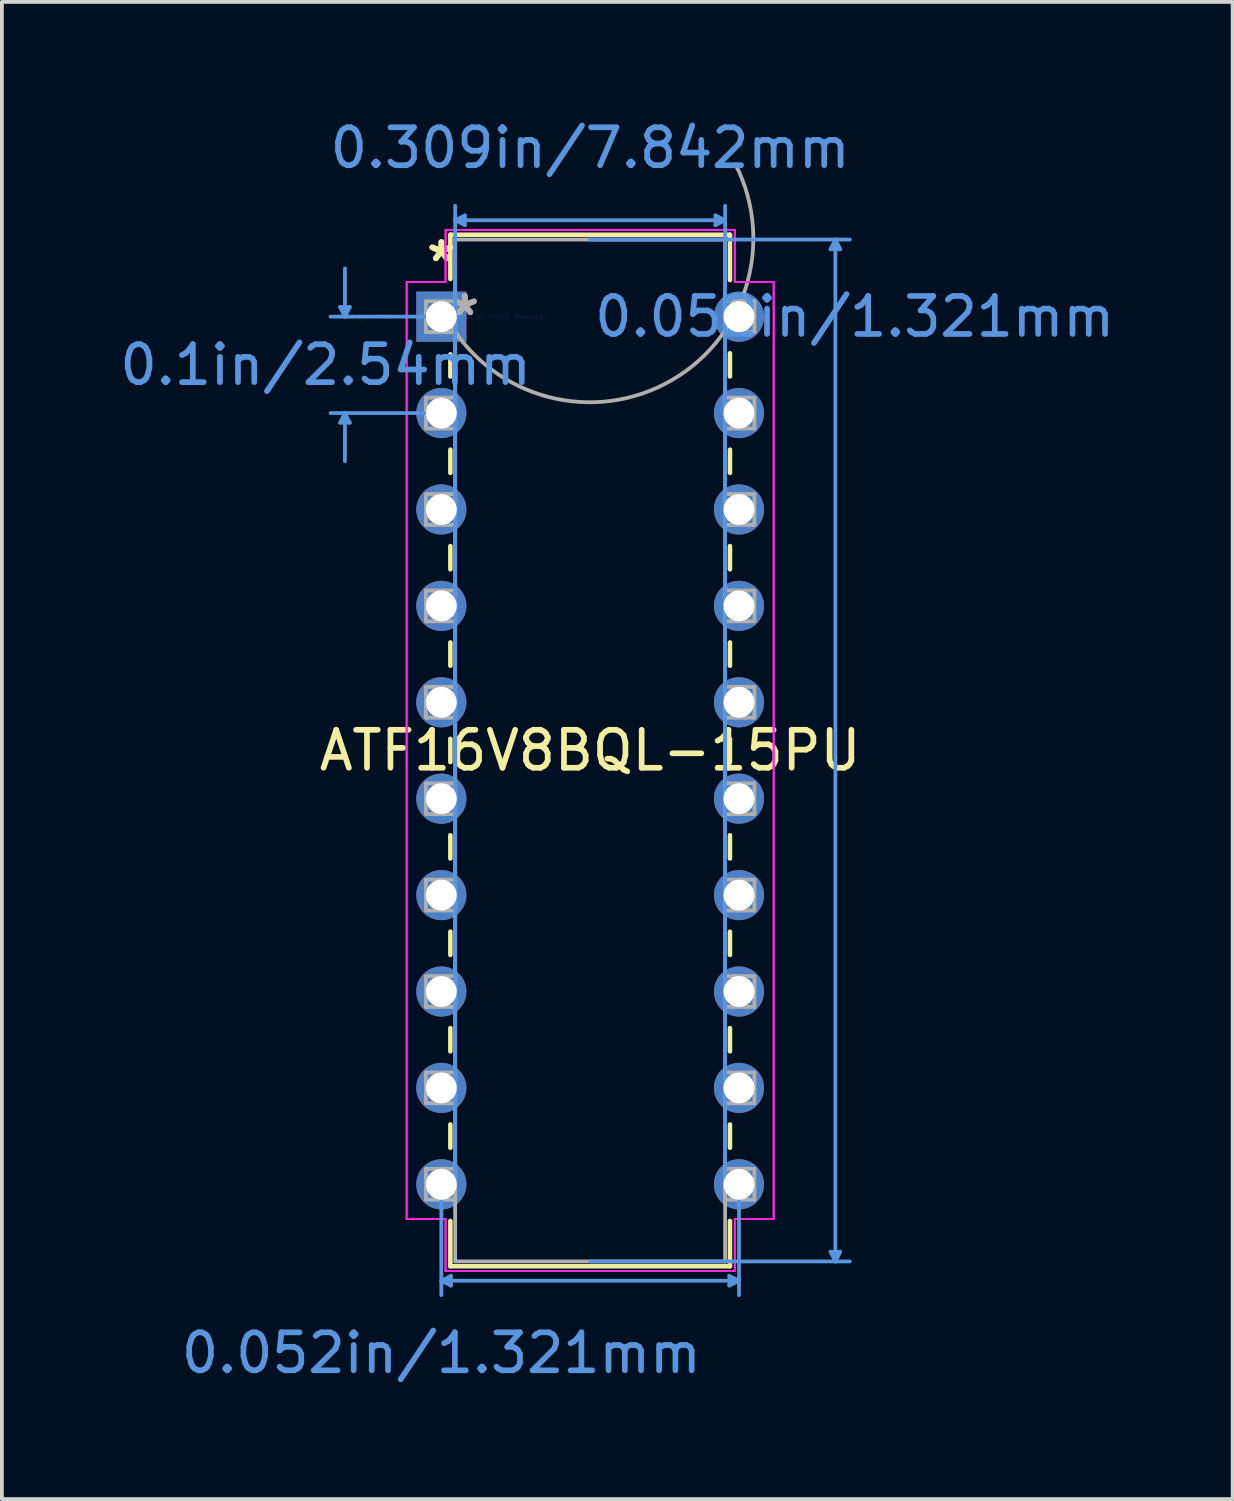
<source format=kicad_pcb>
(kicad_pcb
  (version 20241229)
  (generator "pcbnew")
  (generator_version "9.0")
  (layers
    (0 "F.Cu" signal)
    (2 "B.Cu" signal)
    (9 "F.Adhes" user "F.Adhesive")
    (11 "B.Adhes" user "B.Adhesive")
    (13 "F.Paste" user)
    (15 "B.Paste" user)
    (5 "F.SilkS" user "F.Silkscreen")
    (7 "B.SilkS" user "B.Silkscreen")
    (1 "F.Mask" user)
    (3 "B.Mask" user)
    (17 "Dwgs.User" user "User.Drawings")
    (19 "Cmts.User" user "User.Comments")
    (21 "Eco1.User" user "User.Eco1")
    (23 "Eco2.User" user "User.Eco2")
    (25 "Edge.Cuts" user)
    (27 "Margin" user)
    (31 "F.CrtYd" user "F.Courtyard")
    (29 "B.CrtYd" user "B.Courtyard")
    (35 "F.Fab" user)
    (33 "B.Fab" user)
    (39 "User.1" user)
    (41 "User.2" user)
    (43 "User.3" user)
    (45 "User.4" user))
  (footprint "ATF16V8BQL-15PU"
    (layer "F.Cu")
    (at 8.578 5.293)
    (property "Reference" "ATF16V8BQL-15PU" (at 3.921 11.43 0) (layer "F.SilkS") (effects (font (size 1 1) (thickness 0.15))))
    (attr through_hole)
    (fp_line (start 0.238 -2.159) (end 0.238 -0.993) (stroke (width 0.12) (type solid)) (layer "F.SilkS"))
    (fp_line (start 0.238 0.993) (end 0.238 1.576) (stroke (width 0.12) (type solid)) (layer "F.SilkS"))
    (fp_line (start 0.238 3.504) (end 0.238 4.116) (stroke (width 0.12) (type solid)) (layer "F.SilkS"))
    (fp_line (start 0.238 6.044) (end 0.238 6.656) (stroke (width 0.12) (type solid)) (layer "F.SilkS"))
    (fp_line (start 0.238 8.584) (end 0.238 9.196) (stroke (width 0.12) (type solid)) (layer "F.SilkS"))
    (fp_line (start 0.238 11.124) (end 0.238 11.736) (stroke (width 0.12) (type solid)) (layer "F.SilkS"))
    (fp_line (start 0.238 13.664) (end 0.238 14.276) (stroke (width 0.12) (type solid)) (layer "F.SilkS"))
    (fp_line (start 0.238 16.204) (end 0.238 16.816) (stroke (width 0.12) (type solid)) (layer "F.SilkS"))
    (fp_line (start 0.238 18.744) (end 0.238 19.356) (stroke (width 0.12) (type solid)) (layer "F.SilkS"))
    (fp_line (start 0.238 21.284) (end 0.238 21.896) (stroke (width 0.12) (type solid)) (layer "F.SilkS"))
    (fp_line (start 0.238 23.824) (end 0.238 25.019) (stroke (width 0.12) (type solid)) (layer "F.SilkS"))
    (fp_line (start 0.238 25.019) (end 7.604 25.019) (stroke (width 0.12) (type solid)) (layer "F.SilkS"))
    (fp_line (start 7.604 -2.159) (end 0.238 -2.159) (stroke (width 0.12) (type solid)) (layer "F.SilkS"))
    (fp_line (start 7.604 -0.964) (end 7.604 -2.159) (stroke (width 0.12) (type solid)) (layer "F.SilkS"))
    (fp_line (start 7.604 1.576) (end 7.604 0.964) (stroke (width 0.12) (type solid)) (layer "F.SilkS"))
    (fp_line (start 7.604 4.116) (end 7.604 3.504) (stroke (width 0.12) (type solid)) (layer "F.SilkS"))
    (fp_line (start 7.604 6.656) (end 7.604 6.044) (stroke (width 0.12) (type solid)) (layer "F.SilkS"))
    (fp_line (start 7.604 9.196) (end 7.604 8.584) (stroke (width 0.12) (type solid)) (layer "F.SilkS"))
    (fp_line (start 7.604 11.736) (end 7.604 11.124) (stroke (width 0.12) (type solid)) (layer "F.SilkS"))
    (fp_line (start 7.604 14.276) (end 7.604 13.664) (stroke (width 0.12) (type solid)) (layer "F.SilkS"))
    (fp_line (start 7.604 16.816) (end 7.604 16.204) (stroke (width 0.12) (type solid)) (layer "F.SilkS"))
    (fp_line (start 7.604 19.356) (end 7.604 18.744) (stroke (width 0.12) (type solid)) (layer "F.SilkS"))
    (fp_line (start 7.604 21.896) (end 7.604 21.284) (stroke (width 0.12) (type solid)) (layer "F.SilkS"))
    (fp_line (start 7.604 25.019) (end 7.604 23.824) (stroke (width 0.12) (type solid)) (layer "F.SilkS"))
    (fp_line (start -2.667 -0.254) (end -2.413 -0.254) (stroke (width 0.1) (type solid)) (layer "Cmts.User"))
    (fp_line (start -2.667 2.794) (end -2.413 2.794) (stroke (width 0.1) (type solid)) (layer "Cmts.User"))
    (fp_line (start -2.54 0) (end -2.667 -0.254) (stroke (width 0.1) (type solid)) (layer "Cmts.User"))
    (fp_line (start -2.54 0) (end -2.54 -1.27) (stroke (width 0.1) (type solid)) (layer "Cmts.User"))
    (fp_line (start -2.54 0) (end -2.413 -0.254) (stroke (width 0.1) (type solid)) (layer "Cmts.User"))
    (fp_line (start -2.54 2.54) (end -2.667 2.794) (stroke (width 0.1) (type solid)) (layer "Cmts.User"))
    (fp_line (start -2.54 2.54) (end -2.54 3.81) (stroke (width 0.1) (type solid)) (layer "Cmts.User"))
    (fp_line (start -2.54 2.54) (end -2.413 2.794) (stroke (width 0.1) (type solid)) (layer "Cmts.User"))
    (fp_line (start 0 0) (end -2.921 0) (stroke (width 0.1) (type solid)) (layer "Cmts.User"))
    (fp_line (start 0 2.54) (end -2.921 2.54) (stroke (width 0.1) (type solid)) (layer "Cmts.User"))
    (fp_line (start 0 22.86) (end 0 25.781) (stroke (width 0.1) (type solid)) (layer "Cmts.User"))
    (fp_line (start 0 25.4) (end 0.254 25.273) (stroke (width 0.1) (type solid)) (layer "Cmts.User"))
    (fp_line (start 0 25.4) (end 0.254 25.527) (stroke (width 0.1) (type solid)) (layer "Cmts.User"))
    (fp_line (start 0 25.4) (end 7.842 25.4) (stroke (width 0.1) (type solid)) (layer "Cmts.User"))
    (fp_line (start 0.254 25.273) (end 0.254 25.527) (stroke (width 0.1) (type solid)) (layer "Cmts.User"))
    (fp_line (start 0.365 -2.54) (end 0.619 -2.667) (stroke (width 0.1) (type solid)) (layer "Cmts.User"))
    (fp_line (start 0.365 -2.54) (end 0.619 -2.413) (stroke (width 0.1) (type solid)) (layer "Cmts.User"))
    (fp_line (start 0.365 -2.54) (end 7.477 -2.54) (stroke (width 0.1) (type solid)) (layer "Cmts.User"))
    (fp_line (start 0.365 22.86) (end 0.365 -2.921) (stroke (width 0.1) (type solid)) (layer "Cmts.User"))
    (fp_line (start 0.619 -2.667) (end 0.619 -2.413) (stroke (width 0.1) (type solid)) (layer "Cmts.User"))
    (fp_line (start 3.921 -2.032) (end 10.763 -2.032) (stroke (width 0.1) (type solid)) (layer "Cmts.User"))
    (fp_line (start 3.921 24.892) (end 10.763 24.892) (stroke (width 0.1) (type solid)) (layer "Cmts.User"))
    (fp_line (start 7.223 -2.667) (end 7.223 -2.413) (stroke (width 0.1) (type solid)) (layer "Cmts.User"))
    (fp_line (start 7.477 -2.54) (end 7.223 -2.667) (stroke (width 0.1) (type solid)) (layer "Cmts.User"))
    (fp_line (start 7.477 -2.54) (end 7.223 -2.413) (stroke (width 0.1) (type solid)) (layer "Cmts.User"))
    (fp_line (start 7.477 22.86) (end 7.477 -2.921) (stroke (width 0.1) (type solid)) (layer "Cmts.User"))
    (fp_line (start 7.588 25.273) (end 7.588 25.527) (stroke (width 0.1) (type solid)) (layer "Cmts.User"))
    (fp_line (start 7.842 22.86) (end 7.842 25.781) (stroke (width 0.1) (type solid)) (layer "Cmts.User"))
    (fp_line (start 7.842 25.4) (end 7.588 25.273) (stroke (width 0.1) (type solid)) (layer "Cmts.User"))
    (fp_line (start 7.842 25.4) (end 7.588 25.527) (stroke (width 0.1) (type solid)) (layer "Cmts.User"))
    (fp_line (start 10.255 -1.778) (end 10.509 -1.778) (stroke (width 0.1) (type solid)) (layer "Cmts.User"))
    (fp_line (start 10.255 24.638) (end 10.509 24.638) (stroke (width 0.1) (type solid)) (layer "Cmts.User"))
    (fp_line (start 10.382 -2.032) (end 10.255 -1.778) (stroke (width 0.1) (type solid)) (layer "Cmts.User"))
    (fp_line (start 10.382 -2.032) (end 10.382 24.892) (stroke (width 0.1) (type solid)) (layer "Cmts.User"))
    (fp_line (start 10.382 -2.032) (end 10.509 -1.778) (stroke (width 0.1) (type solid)) (layer "Cmts.User"))
    (fp_line (start 10.382 24.892) (end 10.255 24.638) (stroke (width 0.1) (type solid)) (layer "Cmts.User"))
    (fp_line (start 10.382 24.892) (end 10.509 24.638) (stroke (width 0.1) (type solid)) (layer "Cmts.User"))
    (fp_line (start -0.914 -0.914) (end -0.914 23.774) (stroke (width 0.05) (type solid)) (layer "F.CrtYd"))
    (fp_line (start -0.914 -0.914) (end 0.111 -0.914) (stroke (width 0.05) (type solid)) (layer "F.CrtYd"))
    (fp_line (start -0.914 23.774) (end -0.914 -0.914) (stroke (width 0.05) (type solid)) (layer "F.CrtYd"))
    (fp_line (start -0.914 23.774) (end 0.111 23.774) (stroke (width 0.05) (type solid)) (layer "F.CrtYd"))
    (fp_line (start 0.111 -2.286) (end 0.111 -0.914) (stroke (width 0.05) (type solid)) (layer "F.CrtYd"))
    (fp_line (start 0.111 -2.286) (end 7.731 -2.286) (stroke (width 0.05) (type solid)) (layer "F.CrtYd"))
    (fp_line (start 0.111 -0.914) (end -0.914 -0.914) (stroke (width 0.05) (type solid)) (layer "F.CrtYd"))
    (fp_line (start 0.111 -0.914) (end 0.111 -2.286) (stroke (width 0.05) (type solid)) (layer "F.CrtYd"))
    (fp_line (start 0.111 23.774) (end -0.914 23.774) (stroke (width 0.05) (type solid)) (layer "F.CrtYd"))
    (fp_line (start 0.111 23.774) (end 0.111 25.146) (stroke (width 0.05) (type solid)) (layer "F.CrtYd"))
    (fp_line (start 0.111 25.146) (end 0.111 23.774) (stroke (width 0.05) (type solid)) (layer "F.CrtYd"))
    (fp_line (start 0.111 25.146) (end 7.731 25.146) (stroke (width 0.05) (type solid)) (layer "F.CrtYd"))
    (fp_line (start 7.731 -2.286) (end 0.111 -2.286) (stroke (width 0.05) (type solid)) (layer "F.CrtYd"))
    (fp_line (start 7.731 -2.286) (end 7.731 -0.914) (stroke (width 0.05) (type solid)) (layer "F.CrtYd"))
    (fp_line (start 7.731 -0.914) (end 7.731 -2.286) (stroke (width 0.05) (type solid)) (layer "F.CrtYd"))
    (fp_line (start 7.731 23.774) (end 7.731 25.146) (stroke (width 0.05) (type solid)) (layer "F.CrtYd"))
    (fp_line (start 7.731 23.774) (end 8.756 23.774) (stroke (width 0.05) (type solid)) (layer "F.CrtYd"))
    (fp_line (start 7.731 25.146) (end 0.111 25.146) (stroke (width 0.05) (type solid)) (layer "F.CrtYd"))
    (fp_line (start 7.731 25.146) (end 7.731 23.774) (stroke (width 0.05) (type solid)) (layer "F.CrtYd"))
    (fp_line (start 8.756 -0.914) (end 7.731 -0.914) (stroke (width 0.05) (type solid)) (layer "F.CrtYd"))
    (fp_line (start 8.756 -0.914) (end 7.731 -0.914) (stroke (width 0.05) (type solid)) (layer "F.CrtYd"))
    (fp_line (start 8.756 -0.914) (end 8.756 23.774) (stroke (width 0.05) (type solid)) (layer "F.CrtYd"))
    (fp_line (start 8.756 23.774) (end 7.731 23.774) (stroke (width 0.05) (type solid)) (layer "F.CrtYd"))
    (fp_line (start 8.756 23.774) (end 8.756 -0.914) (stroke (width 0.05) (type solid)) (layer "F.CrtYd"))
    (fp_line (start -0.406 -0.406) (end -0.406 0.406) (stroke (width 0.1) (type solid)) (layer "F.Fab"))
    (fp_line (start -0.406 0.406) (end 0.365 0.406) (stroke (width 0.1) (type solid)) (layer "F.Fab"))
    (fp_line (start -0.406 2.134) (end -0.406 2.946) (stroke (width 0.1) (type solid)) (layer "F.Fab"))
    (fp_line (start -0.406 2.946) (end 0.365 2.946) (stroke (width 0.1) (type solid)) (layer "F.Fab"))
    (fp_line (start -0.406 4.674) (end -0.406 5.486) (stroke (width 0.1) (type solid)) (layer "F.Fab"))
    (fp_line (start -0.406 5.486) (end 0.365 5.486) (stroke (width 0.1) (type solid)) (layer "F.Fab"))
    (fp_line (start -0.406 7.214) (end -0.406 8.026) (stroke (width 0.1) (type solid)) (layer "F.Fab"))
    (fp_line (start -0.406 8.026) (end 0.365 8.026) (stroke (width 0.1) (type solid)) (layer "F.Fab"))
    (fp_line (start -0.406 9.754) (end -0.406 10.566) (stroke (width 0.1) (type solid)) (layer "F.Fab"))
    (fp_line (start -0.406 10.566) (end 0.365 10.566) (stroke (width 0.1) (type solid)) (layer "F.Fab"))
    (fp_line (start -0.406 12.294) (end -0.406 13.106) (stroke (width 0.1) (type solid)) (layer "F.Fab"))
    (fp_line (start -0.406 13.106) (end 0.365 13.106) (stroke (width 0.1) (type solid)) (layer "F.Fab"))
    (fp_line (start -0.406 14.834) (end -0.406 15.646) (stroke (width 0.1) (type solid)) (layer "F.Fab"))
    (fp_line (start -0.406 15.646) (end 0.365 15.646) (stroke (width 0.1) (type solid)) (layer "F.Fab"))
    (fp_line (start -0.406 17.374) (end -0.406 18.186) (stroke (width 0.1) (type solid)) (layer "F.Fab"))
    (fp_line (start -0.406 18.186) (end 0.365 18.186) (stroke (width 0.1) (type solid)) (layer "F.Fab"))
    (fp_line (start -0.406 19.914) (end -0.406 20.726) (stroke (width 0.1) (type solid)) (layer "F.Fab"))
    (fp_line (start -0.406 20.726) (end 0.365 20.726) (stroke (width 0.1) (type solid)) (layer "F.Fab"))
    (fp_line (start -0.406 22.454) (end -0.406 23.266) (stroke (width 0.1) (type solid)) (layer "F.Fab"))
    (fp_line (start -0.406 23.266) (end 0.365 23.266) (stroke (width 0.1) (type solid)) (layer "F.Fab"))
    (fp_line (start 0.365 -2.032) (end 0.365 24.892) (stroke (width 0.1) (type solid)) (layer "F.Fab"))
    (fp_line (start 0.365 -0.406) (end -0.406 -0.406) (stroke (width 0.1) (type solid)) (layer "F.Fab"))
    (fp_line (start 0.365 0.406) (end 0.365 -0.406) (stroke (width 0.1) (type solid)) (layer "F.Fab"))
    (fp_line (start 0.365 2.134) (end -0.406 2.134) (stroke (width 0.1) (type solid)) (layer "F.Fab"))
    (fp_line (start 0.365 2.946) (end 0.365 2.134) (stroke (width 0.1) (type solid)) (layer "F.Fab"))
    (fp_line (start 0.365 4.674) (end -0.406 4.674) (stroke (width 0.1) (type solid)) (layer "F.Fab"))
    (fp_line (start 0.365 5.486) (end 0.365 4.674) (stroke (width 0.1) (type solid)) (layer "F.Fab"))
    (fp_line (start 0.365 7.214) (end -0.406 7.214) (stroke (width 0.1) (type solid)) (layer "F.Fab"))
    (fp_line (start 0.365 8.026) (end 0.365 7.214) (stroke (width 0.1) (type solid)) (layer "F.Fab"))
    (fp_line (start 0.365 9.754) (end -0.406 9.754) (stroke (width 0.1) (type solid)) (layer "F.Fab"))
    (fp_line (start 0.365 10.566) (end 0.365 9.754) (stroke (width 0.1) (type solid)) (layer "F.Fab"))
    (fp_line (start 0.365 12.294) (end -0.406 12.294) (stroke (width 0.1) (type solid)) (layer "F.Fab"))
    (fp_line (start 0.365 13.106) (end 0.365 12.294) (stroke (width 0.1) (type solid)) (layer "F.Fab"))
    (fp_line (start 0.365 14.834) (end -0.406 14.834) (stroke (width 0.1) (type solid)) (layer "F.Fab"))
    (fp_line (start 0.365 15.646) (end 0.365 14.834) (stroke (width 0.1) (type solid)) (layer "F.Fab"))
    (fp_line (start 0.365 17.374) (end -0.406 17.374) (stroke (width 0.1) (type solid)) (layer "F.Fab"))
    (fp_line (start 0.365 18.186) (end 0.365 17.374) (stroke (width 0.1) (type solid)) (layer "F.Fab"))
    (fp_line (start 0.365 19.914) (end -0.406 19.914) (stroke (width 0.1) (type solid)) (layer "F.Fab"))
    (fp_line (start 0.365 20.726) (end 0.365 19.914) (stroke (width 0.1) (type solid)) (layer "F.Fab"))
    (fp_line (start 0.365 22.454) (end -0.406 22.454) (stroke (width 0.1) (type solid)) (layer "F.Fab"))
    (fp_line (start 0.365 23.266) (end 0.365 22.454) (stroke (width 0.1) (type solid)) (layer "F.Fab"))
    (fp_line (start 0.365 24.892) (end 7.477 24.892) (stroke (width 0.1) (type solid)) (layer "F.Fab"))
    (fp_line (start 7.477 -2.032) (end 0.365 -2.032) (stroke (width 0.1) (type solid)) (layer "F.Fab"))
    (fp_line (start 7.477 -0.406) (end 7.477 0.406) (stroke (width 0.1) (type solid)) (layer "F.Fab"))
    (fp_line (start 7.477 0.406) (end 8.248 0.406) (stroke (width 0.1) (type solid)) (layer "F.Fab"))
    (fp_line (start 7.477 2.134) (end 7.477 2.946) (stroke (width 0.1) (type solid)) (layer "F.Fab"))
    (fp_line (start 7.477 2.946) (end 8.248 2.946) (stroke (width 0.1) (type solid)) (layer "F.Fab"))
    (fp_line (start 7.477 4.674) (end 7.477 5.486) (stroke (width 0.1) (type solid)) (layer "F.Fab"))
    (fp_line (start 7.477 5.486) (end 8.248 5.486) (stroke (width 0.1) (type solid)) (layer "F.Fab"))
    (fp_line (start 7.477 7.214) (end 7.477 8.026) (stroke (width 0.1) (type solid)) (layer "F.Fab"))
    (fp_line (start 7.477 8.026) (end 8.248 8.026) (stroke (width 0.1) (type solid)) (layer "F.Fab"))
    (fp_line (start 7.477 9.754) (end 7.477 10.566) (stroke (width 0.1) (type solid)) (layer "F.Fab"))
    (fp_line (start 7.477 10.566) (end 8.248 10.566) (stroke (width 0.1) (type solid)) (layer "F.Fab"))
    (fp_line (start 7.477 12.294) (end 7.477 13.106) (stroke (width 0.1) (type solid)) (layer "F.Fab"))
    (fp_line (start 7.477 13.106) (end 8.248 13.106) (stroke (width 0.1) (type solid)) (layer "F.Fab"))
    (fp_line (start 7.477 14.834) (end 7.477 15.646) (stroke (width 0.1) (type solid)) (layer "F.Fab"))
    (fp_line (start 7.477 15.646) (end 8.248 15.646) (stroke (width 0.1) (type solid)) (layer "F.Fab"))
    (fp_line (start 7.477 17.374) (end 7.477 18.186) (stroke (width 0.1) (type solid)) (layer "F.Fab"))
    (fp_line (start 7.477 18.186) (end 8.248 18.186) (stroke (width 0.1) (type solid)) (layer "F.Fab"))
    (fp_line (start 7.477 19.914) (end 7.477 20.726) (stroke (width 0.1) (type solid)) (layer "F.Fab"))
    (fp_line (start 7.477 20.726) (end 8.248 20.726) (stroke (width 0.1) (type solid)) (layer "F.Fab"))
    (fp_line (start 7.477 22.454) (end 7.477 23.266) (stroke (width 0.1) (type solid)) (layer "F.Fab"))
    (fp_line (start 7.477 23.266) (end 8.248 23.266) (stroke (width 0.1) (type solid)) (layer "F.Fab"))
    (fp_line (start 7.477 24.892) (end 7.477 -2.032) (stroke (width 0.1) (type solid)) (layer "F.Fab"))
    (fp_line (start 8.248 -0.406) (end 7.477 -0.406) (stroke (width 0.1) (type solid)) (layer "F.Fab"))
    (fp_line (start 8.248 0.406) (end 8.248 -0.406) (stroke (width 0.1) (type solid)) (layer "F.Fab"))
    (fp_line (start 8.248 2.134) (end 7.477 2.134) (stroke (width 0.1) (type solid)) (layer "F.Fab"))
    (fp_line (start 8.248 2.946) (end 8.248 2.134) (stroke (width 0.1) (type solid)) (layer "F.Fab"))
    (fp_line (start 8.248 4.674) (end 7.477 4.674) (stroke (width 0.1) (type solid)) (layer "F.Fab"))
    (fp_line (start 8.248 5.486) (end 8.248 4.674) (stroke (width 0.1) (type solid)) (layer "F.Fab"))
    (fp_line (start 8.248 7.214) (end 7.477 7.214) (stroke (width 0.1) (type solid)) (layer "F.Fab"))
    (fp_line (start 8.248 8.026) (end 8.248 7.214) (stroke (width 0.1) (type solid)) (layer "F.Fab"))
    (fp_line (start 8.248 9.754) (end 7.477 9.754) (stroke (width 0.1) (type solid)) (layer "F.Fab"))
    (fp_line (start 8.248 10.566) (end 8.248 9.754) (stroke (width 0.1) (type solid)) (layer "F.Fab"))
    (fp_line (start 8.248 12.294) (end 7.477 12.294) (stroke (width 0.1) (type solid)) (layer "F.Fab"))
    (fp_line (start 8.248 13.106) (end 8.248 12.294) (stroke (width 0.1) (type solid)) (layer "F.Fab"))
    (fp_line (start 8.248 14.834) (end 7.477 14.834) (stroke (width 0.1) (type solid)) (layer "F.Fab"))
    (fp_line (start 8.248 15.646) (end 8.248 14.834) (stroke (width 0.1) (type solid)) (layer "F.Fab"))
    (fp_line (start 8.248 17.374) (end 7.477 17.374) (stroke (width 0.1) (type solid)) (layer "F.Fab"))
    (fp_line (start 8.248 18.186) (end 8.248 17.374) (stroke (width 0.1) (type solid)) (layer "F.Fab"))
    (fp_line (start 8.248 19.914) (end 7.477 19.914) (stroke (width 0.1) (type solid)) (layer "F.Fab"))
    (fp_line (start 8.248 20.726) (end 8.248 19.914) (stroke (width 0.1) (type solid)) (layer "F.Fab"))
    (fp_line (start 8.248 22.454) (end 7.477 22.454) (stroke (width 0.1) (type solid)) (layer "F.Fab"))
    (fp_line (start 8.248 23.266) (end 8.248 22.454) (stroke (width 0.1) (type solid)) (layer "F.Fab"))
    (fp_arc (start 7.75015 -4.012387) (mid 5.901388 1.797149) (end 0.091852 -0.051613) (stroke (width 0.1) (type solid)) (layer "F.Fab"))
    (fp_text user "*" (at 0 -1.422 0) (layer "F.SilkS") (effects (font (size 1 1) (thickness 0.15))))
    (fp_text user "*" (at 0 -1.422 0) (layer "F.SilkS") (effects (font (size 1 1) (thickness 0.15))))
    (fp_text user "Copyright 2021 Accelerated Designs. All rights reserved." (at 0 0 0) (layer "Cmts.User") (effects (font (size 0.127 0.127) (thickness 0.002))))
    (fp_text user "0.309in/7.842mm" (at 3.921 -4.445 0) (layer "Cmts.User") (effects (font (size 1 1) (thickness 0.15))))
    (fp_text user "0.052in/1.321mm" (at 10.89 0 0) (layer "Cmts.User") (effects (font (size 1 1) (thickness 0.15))))
    (fp_text user "0.052in/1.321mm" (at 0 27.305 0) (layer "Cmts.User") (effects (font (size 1 1) (thickness 0.15))))
    (fp_text user "0.1in/2.54mm" (at -3.048 1.27 0) (layer "Cmts.User") (effects (font (size 1 1) (thickness 0.15))))
    (fp_text user "*" (at 0.619 0 0) (layer "F.Fab") (effects (font (size 1 1) (thickness 0.15))))
    (fp_text user "*" (at 0.619 0 0) (layer "F.Fab") (effects (font (size 1 1) (thickness 0.15))))
    (pad "1" thru_hole rect (at 0 0) (size 1.321 1.321) (drill 0.813) (layers "*.Cu" "*.Mask"))
    (pad "2" thru_hole circle (at 0 2.54) (size 1.321 1.321) (drill 0.813) (layers "*.Cu" "*.Mask"))
    (pad "3" thru_hole circle (at 0 5.08) (size 1.321 1.321) (drill 0.813) (layers "*.Cu" "*.Mask"))
    (pad "4" thru_hole circle (at 0 7.62) (size 1.321 1.321) (drill 0.813) (layers "*.Cu" "*.Mask"))
    (pad "5" thru_hole circle (at 0 10.16) (size 1.321 1.321) (drill 0.813) (layers "*.Cu" "*.Mask"))
    (pad "6" thru_hole circle (at 0 12.7) (size 1.321 1.321) (drill 0.813) (layers "*.Cu" "*.Mask"))
    (pad "7" thru_hole circle (at 0 15.24) (size 1.321 1.321) (drill 0.813) (layers "*.Cu" "*.Mask"))
    (pad "8" thru_hole circle (at 0 17.78) (size 1.321 1.321) (drill 0.813) (layers "*.Cu" "*.Mask"))
    (pad "9" thru_hole circle (at 0 20.32) (size 1.321 1.321) (drill 0.813) (layers "*.Cu" "*.Mask"))
    (pad "10" thru_hole circle (at 0 22.86) (size 1.321 1.321) (drill 0.813) (layers "*.Cu" "*.Mask"))
    (pad "11" thru_hole circle (at 7.842 22.86) (size 1.321 1.321) (drill 0.813) (layers "*.Cu" "*.Mask"))
    (pad "12" thru_hole circle (at 7.842 20.32) (size 1.321 1.321) (drill 0.813) (layers "*.Cu" "*.Mask"))
    (pad "13" thru_hole circle (at 7.842 17.78) (size 1.321 1.321) (drill 0.813) (layers "*.Cu" "*.Mask"))
    (pad "14" thru_hole circle (at 7.842 15.24) (size 1.321 1.321) (drill 0.813) (layers "*.Cu" "*.Mask"))
    (pad "15" thru_hole circle (at 7.842 12.7) (size 1.321 1.321) (drill 0.813) (layers "*.Cu" "*.Mask"))
    (pad "16" thru_hole circle (at 7.842 10.16) (size 1.321 1.321) (drill 0.813) (layers "*.Cu" "*.Mask"))
    (pad "17" thru_hole circle (at 7.842 7.62) (size 1.321 1.321) (drill 0.813) (layers "*.Cu" "*.Mask"))
    (pad "18" thru_hole circle (at 7.842 5.08) (size 1.321 1.321) (drill 0.813) (layers "*.Cu" "*.Mask"))
    (pad "19" thru_hole circle (at 7.842 2.54) (size 1.321 1.321) (drill 0.813) (layers "*.Cu" "*.Mask"))
    (pad "20" thru_hole circle (at 7.842 0) (size 1.321 1.321) (drill 0.813) (layers "*.Cu" "*.Mask")))
  (gr_rect
    (start -3 -3)
    (end 29.426 36.447)
    (stroke (width 0.1) (type default))
    (fill no)
    (layer "Edge.Cuts")))
</source>
